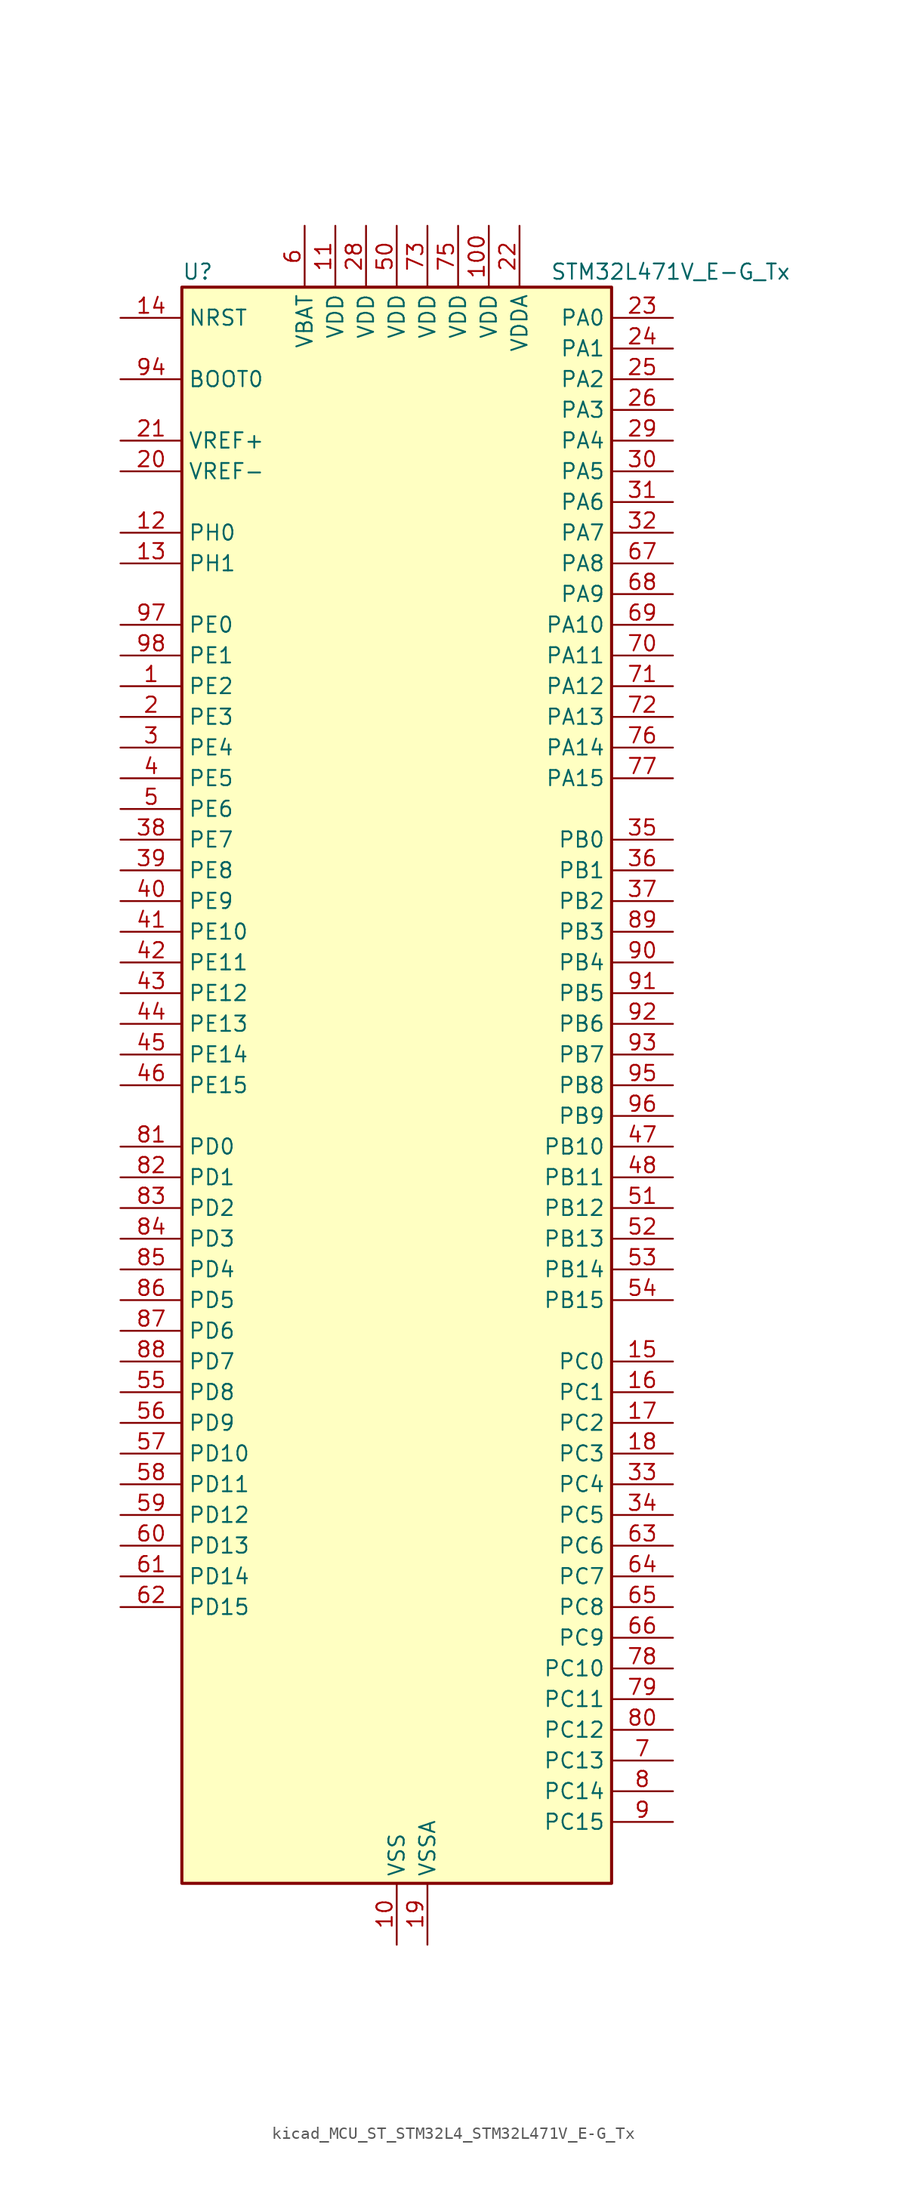
<source format=kicad_sym>
(kicad_symbol_lib
  (version 20220914)
  (generator kicad_symbol_editor)
  (symbol "kicad_MCU_ST_STM32L4_STM32L471V_E-G_Tx"
    (property "Reference" "U"
      (at -17.78 67.31 0)
      (effects (font (size 1.27 1.27)) (justify left)))
    (property "Value" "STM32L471V_E-G_Tx"
      (at 12.7 67.31 0)
      (effects (font (size 1.27 1.27)) (justify left)))
    (property "ki_locked" ""
      (at 0 0 0)
      (effects (font (size 1.27 1.27))))
    (symbol "kicad_MCU_ST_STM32L4_STM32L471V_E-G_Tx_0_1"
      (rectangle (start -17.78 -66.04) (end 17.78 66.04) (stroke (width 0.254) (type default)) (fill (type background))))
    (symbol "kicad_MCU_ST_STM32L4_STM32L471V_E-G_Tx_1_1"
      (pin bidirectional line (at -22.86 33.02 0) (length 5.08) (name "PE2" (effects (font (size 1.27 1.27)))) (number "1" (effects (font (size 1.27 1.27)))) (alternate "FMC_A23" bidirectional line) (alternate "SAI1_MCLK_A" bidirectional line) (alternate "SYS_TRACECLK" bidirectional line) (alternate "TIM3_ETR" bidirectional line) (alternate "TSC_G7_IO1" bidirectional line))
      (pin power_in line (at 0 -71.12 90) (length 5.08) (name "VSS" (effects (font (size 1.27 1.27)))) (number "10" (effects (font (size 1.27 1.27)))))
      (pin power_in line (at 7.62 71.12 270) (length 5.08) (name "VDD" (effects (font (size 1.27 1.27)))) (number "100" (effects (font (size 1.27 1.27)))))
      (pin power_in line (at -5.08 71.12 270) (length 5.08) (name "VDD" (effects (font (size 1.27 1.27)))) (number "11" (effects (font (size 1.27 1.27)))))
      (pin bidirectional line (at -22.86 45.72 0) (length 5.08) (name "PH0" (effects (font (size 1.27 1.27)))) (number "12" (effects (font (size 1.27 1.27)))) (alternate "RCC_OSC_IN" bidirectional line))
      (pin bidirectional line (at -22.86 43.18 0) (length 5.08) (name "PH1" (effects (font (size 1.27 1.27)))) (number "13" (effects (font (size 1.27 1.27)))) (alternate "RCC_OSC_OUT" bidirectional line))
      (pin input line (at -22.86 63.5 0) (length 5.08) (name "NRST" (effects (font (size 1.27 1.27)))) (number "14" (effects (font (size 1.27 1.27)))))
      (pin bidirectional line (at 22.86 -22.86 180) (length 5.08) (name "PC0" (effects (font (size 1.27 1.27)))) (number "15" (effects (font (size 1.27 1.27)))) (alternate "ADC1_IN1" bidirectional line) (alternate "ADC2_IN1" bidirectional line) (alternate "ADC3_IN1" bidirectional line) (alternate "DFSDM1_DATIN4" bidirectional line) (alternate "I2C3_SCL" bidirectional line) (alternate "LPTIM1_IN1" bidirectional line) (alternate "LPTIM2_IN1" bidirectional line) (alternate "LPUART1_RX" bidirectional line))
      (pin bidirectional line (at 22.86 -25.4 180) (length 5.08) (name "PC1" (effects (font (size 1.27 1.27)))) (number "16" (effects (font (size 1.27 1.27)))) (alternate "ADC1_IN2" bidirectional line) (alternate "ADC2_IN2" bidirectional line) (alternate "ADC3_IN2" bidirectional line) (alternate "DFSDM1_CKIN4" bidirectional line) (alternate "I2C3_SDA" bidirectional line) (alternate "LPTIM1_OUT" bidirectional line) (alternate "LPUART1_TX" bidirectional line))
      (pin bidirectional line (at 22.86 -27.94 180) (length 5.08) (name "PC2" (effects (font (size 1.27 1.27)))) (number "17" (effects (font (size 1.27 1.27)))) (alternate "ADC1_IN3" bidirectional line) (alternate "ADC2_IN3" bidirectional line) (alternate "ADC3_IN3" bidirectional line) (alternate "DFSDM1_CKOUT" bidirectional line) (alternate "LPTIM1_IN2" bidirectional line) (alternate "SPI2_MISO" bidirectional line))
      (pin bidirectional line (at 22.86 -30.48 180) (length 5.08) (name "PC3" (effects (font (size 1.27 1.27)))) (number "18" (effects (font (size 1.27 1.27)))) (alternate "ADC1_IN4" bidirectional line) (alternate "ADC2_IN4" bidirectional line) (alternate "ADC3_IN4" bidirectional line) (alternate "LPTIM1_ETR" bidirectional line) (alternate "LPTIM2_ETR" bidirectional line) (alternate "SAI1_SD_A" bidirectional line) (alternate "SPI2_MOSI" bidirectional line))
      (pin power_in line (at 2.54 -71.12 90) (length 5.08) (name "VSSA" (effects (font (size 1.27 1.27)))) (number "19" (effects (font (size 1.27 1.27)))))
      (pin bidirectional line (at -22.86 30.48 0) (length 5.08) (name "PE3" (effects (font (size 1.27 1.27)))) (number "2" (effects (font (size 1.27 1.27)))) (alternate "FMC_A19" bidirectional line) (alternate "SAI1_SD_B" bidirectional line) (alternate "SYS_TRACED0" bidirectional line) (alternate "TIM3_CH1" bidirectional line) (alternate "TSC_G7_IO2" bidirectional line))
      (pin input line (at -22.86 50.8 0) (length 5.08) (name "VREF-" (effects (font (size 1.27 1.27)))) (number "20" (effects (font (size 1.27 1.27)))))
      (pin input line (at -22.86 53.34 0) (length 5.08) (name "VREF+" (effects (font (size 1.27 1.27)))) (number "21" (effects (font (size 1.27 1.27)))) (alternate "VREFBUF_OUT" bidirectional line))
      (pin power_in line (at 10.16 71.12 270) (length 5.08) (name "VDDA" (effects (font (size 1.27 1.27)))) (number "22" (effects (font (size 1.27 1.27)))))
      (pin bidirectional line (at 22.86 63.5 180) (length 5.08) (name "PA0" (effects (font (size 1.27 1.27)))) (number "23" (effects (font (size 1.27 1.27)))) (alternate "ADC1_IN5" bidirectional line) (alternate "ADC2_IN5" bidirectional line) (alternate "OPAMP1_VINP" bidirectional line) (alternate "RTC_TAMP2" bidirectional line) (alternate "SAI1_EXTCLK" bidirectional line) (alternate "SYS_WKUP1" bidirectional line) (alternate "TIM2_CH1" bidirectional line) (alternate "TIM2_ETR" bidirectional line) (alternate "TIM5_CH1" bidirectional line) (alternate "TIM8_ETR" bidirectional line) (alternate "UART4_TX" bidirectional line) (alternate "USART2_CTS" bidirectional line))
      (pin bidirectional line (at 22.86 60.96 180) (length 5.08) (name "PA1" (effects (font (size 1.27 1.27)))) (number "24" (effects (font (size 1.27 1.27)))) (alternate "ADC1_IN6" bidirectional line) (alternate "ADC2_IN6" bidirectional line) (alternate "OPAMP1_VINM" bidirectional line) (alternate "TIM15_CH1N" bidirectional line) (alternate "TIM2_CH2" bidirectional line) (alternate "TIM5_CH2" bidirectional line) (alternate "UART4_RX" bidirectional line) (alternate "USART2_DE" bidirectional line) (alternate "USART2_RTS" bidirectional line))
      (pin bidirectional line (at 22.86 58.42 180) (length 5.08) (name "PA2" (effects (font (size 1.27 1.27)))) (number "25" (effects (font (size 1.27 1.27)))) (alternate "ADC1_IN7" bidirectional line) (alternate "ADC2_IN7" bidirectional line) (alternate "RCC_LSCO" bidirectional line) (alternate "SAI2_EXTCLK" bidirectional line) (alternate "SYS_WKUP4" bidirectional line) (alternate "TIM15_CH1" bidirectional line) (alternate "TIM2_CH3" bidirectional line) (alternate "TIM5_CH3" bidirectional line) (alternate "USART2_TX" bidirectional line))
      (pin bidirectional line (at 22.86 55.88 180) (length 5.08) (name "PA3" (effects (font (size 1.27 1.27)))) (number "26" (effects (font (size 1.27 1.27)))) (alternate "ADC1_IN8" bidirectional line) (alternate "ADC2_IN8" bidirectional line) (alternate "OPAMP1_VOUT" bidirectional line) (alternate "TIM15_CH2" bidirectional line) (alternate "TIM2_CH4" bidirectional line) (alternate "TIM5_CH4" bidirectional line) (alternate "USART2_RX" bidirectional line))
      (pin passive line (at 0 -71.12 90) (length 5.08) hide (name "VSS" (effects (font (size 1.27 1.27)))) (number "27" (effects (font (size 1.27 1.27)))))
      (pin power_in line (at -2.54 71.12 270) (length 5.08) (name "VDD" (effects (font (size 1.27 1.27)))) (number "28" (effects (font (size 1.27 1.27)))))
      (pin bidirectional line (at 22.86 53.34 180) (length 5.08) (name "PA4" (effects (font (size 1.27 1.27)))) (number "29" (effects (font (size 1.27 1.27)))) (alternate "ADC1_IN9" bidirectional line) (alternate "ADC2_IN9" bidirectional line) (alternate "DAC1_OUT1" bidirectional line) (alternate "LPTIM2_OUT" bidirectional line) (alternate "SAI1_FS_B" bidirectional line) (alternate "SPI1_NSS" bidirectional line) (alternate "SPI3_NSS" bidirectional line) (alternate "USART2_CK" bidirectional line))
      (pin bidirectional line (at -22.86 27.94 0) (length 5.08) (name "PE4" (effects (font (size 1.27 1.27)))) (number "3" (effects (font (size 1.27 1.27)))) (alternate "DFSDM1_DATIN3" bidirectional line) (alternate "FMC_A20" bidirectional line) (alternate "SAI1_FS_A" bidirectional line) (alternate "SYS_TRACED1" bidirectional line) (alternate "TIM3_CH2" bidirectional line) (alternate "TSC_G7_IO3" bidirectional line))
      (pin bidirectional line (at 22.86 50.8 180) (length 5.08) (name "PA5" (effects (font (size 1.27 1.27)))) (number "30" (effects (font (size 1.27 1.27)))) (alternate "ADC1_IN10" bidirectional line) (alternate "ADC2_IN10" bidirectional line) (alternate "DAC1_OUT2" bidirectional line) (alternate "LPTIM2_ETR" bidirectional line) (alternate "SPI1_SCK" bidirectional line) (alternate "TIM2_CH1" bidirectional line) (alternate "TIM2_ETR" bidirectional line) (alternate "TIM8_CH1N" bidirectional line))
      (pin bidirectional line (at 22.86 48.26 180) (length 5.08) (name "PA6" (effects (font (size 1.27 1.27)))) (number "31" (effects (font (size 1.27 1.27)))) (alternate "ADC1_IN11" bidirectional line) (alternate "ADC2_IN11" bidirectional line) (alternate "OPAMP2_VINP" bidirectional line) (alternate "QUADSPI_BK1_IO3" bidirectional line) (alternate "SPI1_MISO" bidirectional line) (alternate "TIM16_CH1" bidirectional line) (alternate "TIM1_BKIN" bidirectional line) (alternate "TIM1_BKIN_COMP2" bidirectional line) (alternate "TIM3_CH1" bidirectional line) (alternate "TIM8_BKIN" bidirectional line) (alternate "TIM8_BKIN_COMP2" bidirectional line) (alternate "USART3_CTS" bidirectional line))
      (pin bidirectional line (at 22.86 45.72 180) (length 5.08) (name "PA7" (effects (font (size 1.27 1.27)))) (number "32" (effects (font (size 1.27 1.27)))) (alternate "ADC1_IN12" bidirectional line) (alternate "ADC2_IN12" bidirectional line) (alternate "OPAMP2_VINM" bidirectional line) (alternate "QUADSPI_BK1_IO2" bidirectional line) (alternate "SPI1_MOSI" bidirectional line) (alternate "TIM17_CH1" bidirectional line) (alternate "TIM1_CH1N" bidirectional line) (alternate "TIM3_CH2" bidirectional line) (alternate "TIM8_CH1N" bidirectional line))
      (pin bidirectional line (at 22.86 -33.02 180) (length 5.08) (name "PC4" (effects (font (size 1.27 1.27)))) (number "33" (effects (font (size 1.27 1.27)))) (alternate "ADC1_IN13" bidirectional line) (alternate "ADC2_IN13" bidirectional line) (alternate "COMP1_INM" bidirectional line) (alternate "USART3_TX" bidirectional line))
      (pin bidirectional line (at 22.86 -35.56 180) (length 5.08) (name "PC5" (effects (font (size 1.27 1.27)))) (number "34" (effects (font (size 1.27 1.27)))) (alternate "ADC1_IN14" bidirectional line) (alternate "ADC2_IN14" bidirectional line) (alternate "COMP1_INP" bidirectional line) (alternate "SYS_WKUP5" bidirectional line) (alternate "USART3_RX" bidirectional line))
      (pin bidirectional line (at 22.86 20.32 180) (length 5.08) (name "PB0" (effects (font (size 1.27 1.27)))) (number "35" (effects (font (size 1.27 1.27)))) (alternate "ADC1_IN15" bidirectional line) (alternate "ADC2_IN15" bidirectional line) (alternate "COMP1_OUT" bidirectional line) (alternate "OPAMP2_VOUT" bidirectional line) (alternate "QUADSPI_BK1_IO1" bidirectional line) (alternate "TIM1_CH2N" bidirectional line) (alternate "TIM3_CH3" bidirectional line) (alternate "TIM8_CH2N" bidirectional line) (alternate "USART3_CK" bidirectional line))
      (pin bidirectional line (at 22.86 17.78 180) (length 5.08) (name "PB1" (effects (font (size 1.27 1.27)))) (number "36" (effects (font (size 1.27 1.27)))) (alternate "ADC1_IN16" bidirectional line) (alternate "ADC2_IN16" bidirectional line) (alternate "COMP1_INM" bidirectional line) (alternate "DFSDM1_DATIN0" bidirectional line) (alternate "LPTIM2_IN1" bidirectional line) (alternate "QUADSPI_BK1_IO0" bidirectional line) (alternate "TIM1_CH3N" bidirectional line) (alternate "TIM3_CH4" bidirectional line) (alternate "TIM8_CH3N" bidirectional line) (alternate "USART3_DE" bidirectional line) (alternate "USART3_RTS" bidirectional line))
      (pin bidirectional line (at 22.86 15.24 180) (length 5.08) (name "PB2" (effects (font (size 1.27 1.27)))) (number "37" (effects (font (size 1.27 1.27)))) (alternate "COMP1_INP" bidirectional line) (alternate "DFSDM1_CKIN0" bidirectional line) (alternate "I2C3_SMBA" bidirectional line) (alternate "LPTIM1_OUT" bidirectional line) (alternate "RTC_OUT_ALARM" bidirectional line) (alternate "RTC_OUT_CALIB" bidirectional line))
      (pin bidirectional line (at -22.86 20.32 0) (length 5.08) (name "PE7" (effects (font (size 1.27 1.27)))) (number "38" (effects (font (size 1.27 1.27)))) (alternate "DFSDM1_DATIN2" bidirectional line) (alternate "FMC_D4" bidirectional line) (alternate "FMC_DA4" bidirectional line) (alternate "SAI1_SD_B" bidirectional line) (alternate "TIM1_ETR" bidirectional line))
      (pin bidirectional line (at -22.86 17.78 0) (length 5.08) (name "PE8" (effects (font (size 1.27 1.27)))) (number "39" (effects (font (size 1.27 1.27)))) (alternate "DFSDM1_CKIN2" bidirectional line) (alternate "FMC_D5" bidirectional line) (alternate "FMC_DA5" bidirectional line) (alternate "SAI1_SCK_B" bidirectional line) (alternate "TIM1_CH1N" bidirectional line))
      (pin bidirectional line (at -22.86 25.4 0) (length 5.08) (name "PE5" (effects (font (size 1.27 1.27)))) (number "4" (effects (font (size 1.27 1.27)))) (alternate "DFSDM1_CKIN3" bidirectional line) (alternate "FMC_A21" bidirectional line) (alternate "SAI1_SCK_A" bidirectional line) (alternate "SYS_TRACED2" bidirectional line) (alternate "TIM3_CH3" bidirectional line) (alternate "TSC_G7_IO4" bidirectional line))
      (pin bidirectional line (at -22.86 15.24 0) (length 5.08) (name "PE9" (effects (font (size 1.27 1.27)))) (number "40" (effects (font (size 1.27 1.27)))) (alternate "DAC1_EXTI9" bidirectional line) (alternate "DFSDM1_CKOUT" bidirectional line) (alternate "FMC_D6" bidirectional line) (alternate "FMC_DA6" bidirectional line) (alternate "SAI1_FS_B" bidirectional line) (alternate "TIM1_CH1" bidirectional line))
      (pin bidirectional line (at -22.86 12.7 0) (length 5.08) (name "PE10" (effects (font (size 1.27 1.27)))) (number "41" (effects (font (size 1.27 1.27)))) (alternate "DFSDM1_DATIN4" bidirectional line) (alternate "FMC_D7" bidirectional line) (alternate "FMC_DA7" bidirectional line) (alternate "QUADSPI_CLK" bidirectional line) (alternate "SAI1_MCLK_B" bidirectional line) (alternate "TIM1_CH2N" bidirectional line) (alternate "TSC_G5_IO1" bidirectional line))
      (pin bidirectional line (at -22.86 10.16 0) (length 5.08) (name "PE11" (effects (font (size 1.27 1.27)))) (number "42" (effects (font (size 1.27 1.27)))) (alternate "ADC1_EXTI11" bidirectional line) (alternate "ADC2_EXTI11" bidirectional line) (alternate "ADC3_EXTI11" bidirectional line) (alternate "DFSDM1_CKIN4" bidirectional line) (alternate "FMC_D8" bidirectional line) (alternate "FMC_DA8" bidirectional line) (alternate "QUADSPI_NCS" bidirectional line) (alternate "TIM1_CH2" bidirectional line) (alternate "TSC_G5_IO2" bidirectional line))
      (pin bidirectional line (at -22.86 7.62 0) (length 5.08) (name "PE12" (effects (font (size 1.27 1.27)))) (number "43" (effects (font (size 1.27 1.27)))) (alternate "DFSDM1_DATIN5" bidirectional line) (alternate "FMC_D9" bidirectional line) (alternate "FMC_DA9" bidirectional line) (alternate "QUADSPI_BK1_IO0" bidirectional line) (alternate "SPI1_NSS" bidirectional line) (alternate "TIM1_CH3N" bidirectional line) (alternate "TSC_G5_IO3" bidirectional line))
      (pin bidirectional line (at -22.86 5.08 0) (length 5.08) (name "PE13" (effects (font (size 1.27 1.27)))) (number "44" (effects (font (size 1.27 1.27)))) (alternate "DFSDM1_CKIN5" bidirectional line) (alternate "FMC_D10" bidirectional line) (alternate "FMC_DA10" bidirectional line) (alternate "QUADSPI_BK1_IO1" bidirectional line) (alternate "SPI1_SCK" bidirectional line) (alternate "TIM1_CH3" bidirectional line) (alternate "TSC_G5_IO4" bidirectional line))
      (pin bidirectional line (at -22.86 2.54 0) (length 5.08) (name "PE14" (effects (font (size 1.27 1.27)))) (number "45" (effects (font (size 1.27 1.27)))) (alternate "FMC_D11" bidirectional line) (alternate "FMC_DA11" bidirectional line) (alternate "QUADSPI_BK1_IO2" bidirectional line) (alternate "SPI1_MISO" bidirectional line) (alternate "TIM1_BKIN2" bidirectional line) (alternate "TIM1_BKIN2_COMP2" bidirectional line) (alternate "TIM1_CH4" bidirectional line))
      (pin bidirectional line (at -22.86 0 0) (length 5.08) (name "PE15" (effects (font (size 1.27 1.27)))) (number "46" (effects (font (size 1.27 1.27)))) (alternate "ADC1_EXTI15" bidirectional line) (alternate "ADC2_EXTI15" bidirectional line) (alternate "ADC3_EXTI15" bidirectional line) (alternate "FMC_D12" bidirectional line) (alternate "FMC_DA12" bidirectional line) (alternate "QUADSPI_BK1_IO3" bidirectional line) (alternate "SPI1_MOSI" bidirectional line) (alternate "TIM1_BKIN" bidirectional line) (alternate "TIM1_BKIN_COMP1" bidirectional line))
      (pin bidirectional line (at 22.86 -5.08 180) (length 5.08) (name "PB10" (effects (font (size 1.27 1.27)))) (number "47" (effects (font (size 1.27 1.27)))) (alternate "COMP1_OUT" bidirectional line) (alternate "DFSDM1_DATIN7" bidirectional line) (alternate "I2C2_SCL" bidirectional line) (alternate "LPUART1_RX" bidirectional line) (alternate "QUADSPI_CLK" bidirectional line) (alternate "SAI1_SCK_A" bidirectional line) (alternate "SPI2_SCK" bidirectional line) (alternate "TIM2_CH3" bidirectional line) (alternate "USART3_TX" bidirectional line))
      (pin bidirectional line (at 22.86 -7.62 180) (length 5.08) (name "PB11" (effects (font (size 1.27 1.27)))) (number "48" (effects (font (size 1.27 1.27)))) (alternate "ADC1_EXTI11" bidirectional line) (alternate "ADC2_EXTI11" bidirectional line) (alternate "ADC3_EXTI11" bidirectional line) (alternate "COMP2_OUT" bidirectional line) (alternate "DFSDM1_CKIN7" bidirectional line) (alternate "I2C2_SDA" bidirectional line) (alternate "LPUART1_TX" bidirectional line) (alternate "QUADSPI_NCS" bidirectional line) (alternate "TIM2_CH4" bidirectional line) (alternate "USART3_RX" bidirectional line))
      (pin passive line (at 0 -71.12 90) (length 5.08) hide (name "VSS" (effects (font (size 1.27 1.27)))) (number "49" (effects (font (size 1.27 1.27)))))
      (pin bidirectional line (at -22.86 22.86 0) (length 5.08) (name "PE6" (effects (font (size 1.27 1.27)))) (number "5" (effects (font (size 1.27 1.27)))) (alternate "FMC_A22" bidirectional line) (alternate "RTC_TAMP3" bidirectional line) (alternate "SAI1_SD_A" bidirectional line) (alternate "SYS_TRACED3" bidirectional line) (alternate "SYS_WKUP3" bidirectional line) (alternate "TIM3_CH4" bidirectional line))
      (pin power_in line (at 0 71.12 270) (length 5.08) (name "VDD" (effects (font (size 1.27 1.27)))) (number "50" (effects (font (size 1.27 1.27)))))
      (pin bidirectional line (at 22.86 -10.16 180) (length 5.08) (name "PB12" (effects (font (size 1.27 1.27)))) (number "51" (effects (font (size 1.27 1.27)))) (alternate "DFSDM1_DATIN1" bidirectional line) (alternate "I2C2_SMBA" bidirectional line) (alternate "LPUART1_DE" bidirectional line) (alternate "LPUART1_RTS" bidirectional line) (alternate "SAI2_FS_A" bidirectional line) (alternate "SPI2_NSS" bidirectional line) (alternate "SWPMI1_IO" bidirectional line) (alternate "TIM15_BKIN" bidirectional line) (alternate "TIM1_BKIN" bidirectional line) (alternate "TIM1_BKIN_COMP2" bidirectional line) (alternate "TSC_G1_IO1" bidirectional line) (alternate "USART3_CK" bidirectional line))
      (pin bidirectional line (at 22.86 -12.7 180) (length 5.08) (name "PB13" (effects (font (size 1.27 1.27)))) (number "52" (effects (font (size 1.27 1.27)))) (alternate "DFSDM1_CKIN1" bidirectional line) (alternate "I2C2_SCL" bidirectional line) (alternate "LPUART1_CTS" bidirectional line) (alternate "SAI2_SCK_A" bidirectional line) (alternate "SPI2_SCK" bidirectional line) (alternate "SWPMI1_TX" bidirectional line) (alternate "TIM15_CH1N" bidirectional line) (alternate "TIM1_CH1N" bidirectional line) (alternate "TSC_G1_IO2" bidirectional line) (alternate "USART3_CTS" bidirectional line))
      (pin bidirectional line (at 22.86 -15.24 180) (length 5.08) (name "PB14" (effects (font (size 1.27 1.27)))) (number "53" (effects (font (size 1.27 1.27)))) (alternate "DFSDM1_DATIN2" bidirectional line) (alternate "I2C2_SDA" bidirectional line) (alternate "SAI2_MCLK_A" bidirectional line) (alternate "SPI2_MISO" bidirectional line) (alternate "SWPMI1_RX" bidirectional line) (alternate "TIM15_CH1" bidirectional line) (alternate "TIM1_CH2N" bidirectional line) (alternate "TIM8_CH2N" bidirectional line) (alternate "TSC_G1_IO3" bidirectional line) (alternate "USART3_DE" bidirectional line) (alternate "USART3_RTS" bidirectional line))
      (pin bidirectional line (at 22.86 -17.78 180) (length 5.08) (name "PB15" (effects (font (size 1.27 1.27)))) (number "54" (effects (font (size 1.27 1.27)))) (alternate "ADC1_EXTI15" bidirectional line) (alternate "ADC2_EXTI15" bidirectional line) (alternate "ADC3_EXTI15" bidirectional line) (alternate "DFSDM1_CKIN2" bidirectional line) (alternate "RTC_REFIN" bidirectional line) (alternate "SAI2_SD_A" bidirectional line) (alternate "SPI2_MOSI" bidirectional line) (alternate "SWPMI1_SUSPEND" bidirectional line) (alternate "TIM15_CH2" bidirectional line) (alternate "TIM1_CH3N" bidirectional line) (alternate "TIM8_CH3N" bidirectional line) (alternate "TSC_G1_IO4" bidirectional line))
      (pin bidirectional line (at -22.86 -25.4 0) (length 5.08) (name "PD8" (effects (font (size 1.27 1.27)))) (number "55" (effects (font (size 1.27 1.27)))) (alternate "FMC_D13" bidirectional line) (alternate "FMC_DA13" bidirectional line) (alternate "USART3_TX" bidirectional line))
      (pin bidirectional line (at -22.86 -27.94 0) (length 5.08) (name "PD9" (effects (font (size 1.27 1.27)))) (number "56" (effects (font (size 1.27 1.27)))) (alternate "DAC1_EXTI9" bidirectional line) (alternate "FMC_D14" bidirectional line) (alternate "FMC_DA14" bidirectional line) (alternate "SAI2_MCLK_A" bidirectional line) (alternate "USART3_RX" bidirectional line))
      (pin bidirectional line (at -22.86 -30.48 0) (length 5.08) (name "PD10" (effects (font (size 1.27 1.27)))) (number "57" (effects (font (size 1.27 1.27)))) (alternate "FMC_D15" bidirectional line) (alternate "FMC_DA15" bidirectional line) (alternate "SAI2_SCK_A" bidirectional line) (alternate "TSC_G6_IO1" bidirectional line) (alternate "USART3_CK" bidirectional line))
      (pin bidirectional line (at -22.86 -33.02 0) (length 5.08) (name "PD11" (effects (font (size 1.27 1.27)))) (number "58" (effects (font (size 1.27 1.27)))) (alternate "ADC1_EXTI11" bidirectional line) (alternate "ADC2_EXTI11" bidirectional line) (alternate "ADC3_EXTI11" bidirectional line) (alternate "FMC_A16" bidirectional line) (alternate "FMC_CLE" bidirectional line) (alternate "LPTIM2_ETR" bidirectional line) (alternate "SAI2_SD_A" bidirectional line) (alternate "TSC_G6_IO2" bidirectional line) (alternate "USART3_CTS" bidirectional line))
      (pin bidirectional line (at -22.86 -35.56 0) (length 5.08) (name "PD12" (effects (font (size 1.27 1.27)))) (number "59" (effects (font (size 1.27 1.27)))) (alternate "FMC_A17" bidirectional line) (alternate "FMC_ALE" bidirectional line) (alternate "LPTIM2_IN1" bidirectional line) (alternate "SAI2_FS_A" bidirectional line) (alternate "TIM4_CH1" bidirectional line) (alternate "TSC_G6_IO3" bidirectional line) (alternate "USART3_DE" bidirectional line) (alternate "USART3_RTS" bidirectional line))
      (pin power_in line (at -7.62 71.12 270) (length 5.08) (name "VBAT" (effects (font (size 1.27 1.27)))) (number "6" (effects (font (size 1.27 1.27)))))
      (pin bidirectional line (at -22.86 -38.1 0) (length 5.08) (name "PD13" (effects (font (size 1.27 1.27)))) (number "60" (effects (font (size 1.27 1.27)))) (alternate "FMC_A18" bidirectional line) (alternate "LPTIM2_OUT" bidirectional line) (alternate "TIM4_CH2" bidirectional line) (alternate "TSC_G6_IO4" bidirectional line))
      (pin bidirectional line (at -22.86 -40.64 0) (length 5.08) (name "PD14" (effects (font (size 1.27 1.27)))) (number "61" (effects (font (size 1.27 1.27)))) (alternate "FMC_D0" bidirectional line) (alternate "FMC_DA0" bidirectional line) (alternate "TIM4_CH3" bidirectional line))
      (pin bidirectional line (at -22.86 -43.18 0) (length 5.08) (name "PD15" (effects (font (size 1.27 1.27)))) (number "62" (effects (font (size 1.27 1.27)))) (alternate "ADC1_EXTI15" bidirectional line) (alternate "ADC2_EXTI15" bidirectional line) (alternate "ADC3_EXTI15" bidirectional line) (alternate "FMC_D1" bidirectional line) (alternate "FMC_DA1" bidirectional line) (alternate "TIM4_CH4" bidirectional line))
      (pin bidirectional line (at 22.86 -38.1 180) (length 5.08) (name "PC6" (effects (font (size 1.27 1.27)))) (number "63" (effects (font (size 1.27 1.27)))) (alternate "DFSDM1_CKIN3" bidirectional line) (alternate "SAI2_MCLK_A" bidirectional line) (alternate "SDMMC1_D6" bidirectional line) (alternate "TIM3_CH1" bidirectional line) (alternate "TIM8_CH1" bidirectional line) (alternate "TSC_G4_IO1" bidirectional line))
      (pin bidirectional line (at 22.86 -40.64 180) (length 5.08) (name "PC7" (effects (font (size 1.27 1.27)))) (number "64" (effects (font (size 1.27 1.27)))) (alternate "DFSDM1_DATIN3" bidirectional line) (alternate "SAI2_MCLK_B" bidirectional line) (alternate "SDMMC1_D7" bidirectional line) (alternate "TIM3_CH2" bidirectional line) (alternate "TIM8_CH2" bidirectional line) (alternate "TSC_G4_IO2" bidirectional line))
      (pin bidirectional line (at 22.86 -43.18 180) (length 5.08) (name "PC8" (effects (font (size 1.27 1.27)))) (number "65" (effects (font (size 1.27 1.27)))) (alternate "SDMMC1_D0" bidirectional line) (alternate "TIM3_CH3" bidirectional line) (alternate "TIM8_CH3" bidirectional line) (alternate "TSC_G4_IO3" bidirectional line))
      (pin bidirectional line (at 22.86 -45.72 180) (length 5.08) (name "PC9" (effects (font (size 1.27 1.27)))) (number "66" (effects (font (size 1.27 1.27)))) (alternate "DAC1_EXTI9" bidirectional line) (alternate "SAI2_EXTCLK" bidirectional line) (alternate "SDMMC1_D1" bidirectional line) (alternate "TIM3_CH4" bidirectional line) (alternate "TIM8_BKIN2" bidirectional line) (alternate "TIM8_BKIN2_COMP1" bidirectional line) (alternate "TIM8_CH4" bidirectional line) (alternate "TSC_G4_IO4" bidirectional line))
      (pin bidirectional line (at 22.86 43.18 180) (length 5.08) (name "PA8" (effects (font (size 1.27 1.27)))) (number "67" (effects (font (size 1.27 1.27)))) (alternate "LPTIM2_OUT" bidirectional line) (alternate "RCC_MCO" bidirectional line) (alternate "TIM1_CH1" bidirectional line) (alternate "USART1_CK" bidirectional line))
      (pin bidirectional line (at 22.86 40.64 180) (length 5.08) (name "PA9" (effects (font (size 1.27 1.27)))) (number "68" (effects (font (size 1.27 1.27)))) (alternate "DAC1_EXTI9" bidirectional line) (alternate "TIM15_BKIN" bidirectional line) (alternate "TIM1_CH2" bidirectional line) (alternate "USART1_TX" bidirectional line))
      (pin bidirectional line (at 22.86 38.1 180) (length 5.08) (name "PA10" (effects (font (size 1.27 1.27)))) (number "69" (effects (font (size 1.27 1.27)))) (alternate "TIM17_BKIN" bidirectional line) (alternate "TIM1_CH3" bidirectional line) (alternate "USART1_RX" bidirectional line))
      (pin bidirectional line (at 22.86 -55.88 180) (length 5.08) (name "PC13" (effects (font (size 1.27 1.27)))) (number "7" (effects (font (size 1.27 1.27)))) (alternate "RTC_OUT_ALARM" bidirectional line) (alternate "RTC_OUT_CALIB" bidirectional line) (alternate "RTC_TAMP1" bidirectional line) (alternate "RTC_TS" bidirectional line) (alternate "SYS_WKUP2" bidirectional line))
      (pin bidirectional line (at 22.86 35.56 180) (length 5.08) (name "PA11" (effects (font (size 1.27 1.27)))) (number "70" (effects (font (size 1.27 1.27)))) (alternate "ADC1_EXTI11" bidirectional line) (alternate "ADC2_EXTI11" bidirectional line) (alternate "ADC3_EXTI11" bidirectional line) (alternate "CAN1_RX" bidirectional line) (alternate "TIM1_BKIN2" bidirectional line) (alternate "TIM1_BKIN2_COMP1" bidirectional line) (alternate "TIM1_CH4" bidirectional line) (alternate "USART1_CTS" bidirectional line))
      (pin bidirectional line (at 22.86 33.02 180) (length 5.08) (name "PA12" (effects (font (size 1.27 1.27)))) (number "71" (effects (font (size 1.27 1.27)))) (alternate "CAN1_TX" bidirectional line) (alternate "TIM1_ETR" bidirectional line) (alternate "USART1_DE" bidirectional line) (alternate "USART1_RTS" bidirectional line))
      (pin bidirectional line (at 22.86 30.48 180) (length 5.08) (name "PA13" (effects (font (size 1.27 1.27)))) (number "72" (effects (font (size 1.27 1.27)))) (alternate "IR_OUT" bidirectional line) (alternate "SYS_JTMS-SWDIO" bidirectional line))
      (pin power_in line (at 2.54 71.12 270) (length 5.08) (name "VDD" (effects (font (size 1.27 1.27)))) (number "73" (effects (font (size 1.27 1.27)))))
      (pin passive line (at 0 -71.12 90) (length 5.08) hide (name "VSS" (effects (font (size 1.27 1.27)))) (number "74" (effects (font (size 1.27 1.27)))))
      (pin power_in line (at 5.08 71.12 270) (length 5.08) (name "VDD" (effects (font (size 1.27 1.27)))) (number "75" (effects (font (size 1.27 1.27)))))
      (pin bidirectional line (at 22.86 27.94 180) (length 5.08) (name "PA14" (effects (font (size 1.27 1.27)))) (number "76" (effects (font (size 1.27 1.27)))) (alternate "SYS_JTCK-SWCLK" bidirectional line))
      (pin bidirectional line (at 22.86 25.4 180) (length 5.08) (name "PA15" (effects (font (size 1.27 1.27)))) (number "77" (effects (font (size 1.27 1.27)))) (alternate "ADC1_EXTI15" bidirectional line) (alternate "ADC2_EXTI15" bidirectional line) (alternate "ADC3_EXTI15" bidirectional line) (alternate "SAI2_FS_B" bidirectional line) (alternate "SPI1_NSS" bidirectional line) (alternate "SPI3_NSS" bidirectional line) (alternate "SYS_JTDI" bidirectional line) (alternate "TIM2_CH1" bidirectional line) (alternate "TIM2_ETR" bidirectional line) (alternate "TSC_G3_IO1" bidirectional line) (alternate "UART4_DE" bidirectional line) (alternate "UART4_RTS" bidirectional line))
      (pin bidirectional line (at 22.86 -48.26 180) (length 5.08) (name "PC10" (effects (font (size 1.27 1.27)))) (number "78" (effects (font (size 1.27 1.27)))) (alternate "SAI2_SCK_B" bidirectional line) (alternate "SDMMC1_D2" bidirectional line) (alternate "SPI3_SCK" bidirectional line) (alternate "TSC_G3_IO2" bidirectional line) (alternate "UART4_TX" bidirectional line) (alternate "USART3_TX" bidirectional line))
      (pin bidirectional line (at 22.86 -50.8 180) (length 5.08) (name "PC11" (effects (font (size 1.27 1.27)))) (number "79" (effects (font (size 1.27 1.27)))) (alternate "ADC1_EXTI11" bidirectional line) (alternate "ADC2_EXTI11" bidirectional line) (alternate "ADC3_EXTI11" bidirectional line) (alternate "SAI2_MCLK_B" bidirectional line) (alternate "SDMMC1_D3" bidirectional line) (alternate "SPI3_MISO" bidirectional line) (alternate "TSC_G3_IO3" bidirectional line) (alternate "UART4_RX" bidirectional line) (alternate "USART3_RX" bidirectional line))
      (pin bidirectional line (at 22.86 -58.42 180) (length 5.08) (name "PC14" (effects (font (size 1.27 1.27)))) (number "8" (effects (font (size 1.27 1.27)))) (alternate "RCC_OSC32_IN" bidirectional line))
      (pin bidirectional line (at 22.86 -53.34 180) (length 5.08) (name "PC12" (effects (font (size 1.27 1.27)))) (number "80" (effects (font (size 1.27 1.27)))) (alternate "SAI2_SD_B" bidirectional line) (alternate "SDMMC1_CK" bidirectional line) (alternate "SPI3_MOSI" bidirectional line) (alternate "TSC_G3_IO4" bidirectional line) (alternate "UART5_TX" bidirectional line) (alternate "USART3_CK" bidirectional line))
      (pin bidirectional line (at -22.86 -5.08 0) (length 5.08) (name "PD0" (effects (font (size 1.27 1.27)))) (number "81" (effects (font (size 1.27 1.27)))) (alternate "CAN1_RX" bidirectional line) (alternate "DFSDM1_DATIN7" bidirectional line) (alternate "FMC_D2" bidirectional line) (alternate "FMC_DA2" bidirectional line) (alternate "SPI2_NSS" bidirectional line))
      (pin bidirectional line (at -22.86 -7.62 0) (length 5.08) (name "PD1" (effects (font (size 1.27 1.27)))) (number "82" (effects (font (size 1.27 1.27)))) (alternate "CAN1_TX" bidirectional line) (alternate "DFSDM1_CKIN7" bidirectional line) (alternate "FMC_D3" bidirectional line) (alternate "FMC_DA3" bidirectional line) (alternate "SPI2_SCK" bidirectional line))
      (pin bidirectional line (at -22.86 -10.16 0) (length 5.08) (name "PD2" (effects (font (size 1.27 1.27)))) (number "83" (effects (font (size 1.27 1.27)))) (alternate "SDMMC1_CMD" bidirectional line) (alternate "TIM3_ETR" bidirectional line) (alternate "TSC_SYNC" bidirectional line) (alternate "UART5_RX" bidirectional line) (alternate "USART3_DE" bidirectional line) (alternate "USART3_RTS" bidirectional line))
      (pin bidirectional line (at -22.86 -12.7 0) (length 5.08) (name "PD3" (effects (font (size 1.27 1.27)))) (number "84" (effects (font (size 1.27 1.27)))) (alternate "DFSDM1_DATIN0" bidirectional line) (alternate "FMC_CLK" bidirectional line) (alternate "SPI2_MISO" bidirectional line) (alternate "USART2_CTS" bidirectional line))
      (pin bidirectional line (at -22.86 -15.24 0) (length 5.08) (name "PD4" (effects (font (size 1.27 1.27)))) (number "85" (effects (font (size 1.27 1.27)))) (alternate "DFSDM1_CKIN0" bidirectional line) (alternate "FMC_NOE" bidirectional line) (alternate "SPI2_MOSI" bidirectional line) (alternate "USART2_DE" bidirectional line) (alternate "USART2_RTS" bidirectional line))
      (pin bidirectional line (at -22.86 -17.78 0) (length 5.08) (name "PD5" (effects (font (size 1.27 1.27)))) (number "86" (effects (font (size 1.27 1.27)))) (alternate "FMC_NWE" bidirectional line) (alternate "USART2_TX" bidirectional line))
      (pin bidirectional line (at -22.86 -20.32 0) (length 5.08) (name "PD6" (effects (font (size 1.27 1.27)))) (number "87" (effects (font (size 1.27 1.27)))) (alternate "DFSDM1_DATIN1" bidirectional line) (alternate "FMC_NWAIT" bidirectional line) (alternate "SAI1_SD_A" bidirectional line) (alternate "USART2_RX" bidirectional line))
      (pin bidirectional line (at -22.86 -22.86 0) (length 5.08) (name "PD7" (effects (font (size 1.27 1.27)))) (number "88" (effects (font (size 1.27 1.27)))) (alternate "DFSDM1_CKIN1" bidirectional line) (alternate "FMC_NE1" bidirectional line) (alternate "USART2_CK" bidirectional line))
      (pin bidirectional line (at 22.86 12.7 180) (length 5.08) (name "PB3" (effects (font (size 1.27 1.27)))) (number "89" (effects (font (size 1.27 1.27)))) (alternate "COMP2_INM" bidirectional line) (alternate "SAI1_SCK_B" bidirectional line) (alternate "SPI1_SCK" bidirectional line) (alternate "SPI3_SCK" bidirectional line) (alternate "SYS_JTDO-SWO" bidirectional line) (alternate "TIM2_CH2" bidirectional line) (alternate "USART1_DE" bidirectional line) (alternate "USART1_RTS" bidirectional line))
      (pin bidirectional line (at 22.86 -60.96 180) (length 5.08) (name "PC15" (effects (font (size 1.27 1.27)))) (number "9" (effects (font (size 1.27 1.27)))) (alternate "ADC1_EXTI15" bidirectional line) (alternate "ADC2_EXTI15" bidirectional line) (alternate "ADC3_EXTI15" bidirectional line) (alternate "RCC_OSC32_OUT" bidirectional line))
      (pin bidirectional line (at 22.86 10.16 180) (length 5.08) (name "PB4" (effects (font (size 1.27 1.27)))) (number "90" (effects (font (size 1.27 1.27)))) (alternate "COMP2_INP" bidirectional line) (alternate "SAI1_MCLK_B" bidirectional line) (alternate "SPI1_MISO" bidirectional line) (alternate "SPI3_MISO" bidirectional line) (alternate "SYS_JTRST" bidirectional line) (alternate "TIM17_BKIN" bidirectional line) (alternate "TIM3_CH1" bidirectional line) (alternate "TSC_G2_IO1" bidirectional line) (alternate "UART5_DE" bidirectional line) (alternate "UART5_RTS" bidirectional line) (alternate "USART1_CTS" bidirectional line))
      (pin bidirectional line (at 22.86 7.62 180) (length 5.08) (name "PB5" (effects (font (size 1.27 1.27)))) (number "91" (effects (font (size 1.27 1.27)))) (alternate "COMP2_OUT" bidirectional line) (alternate "I2C1_SMBA" bidirectional line) (alternate "LPTIM1_IN1" bidirectional line) (alternate "SAI1_SD_B" bidirectional line) (alternate "SPI1_MOSI" bidirectional line) (alternate "SPI3_MOSI" bidirectional line) (alternate "TIM16_BKIN" bidirectional line) (alternate "TIM3_CH2" bidirectional line) (alternate "TSC_G2_IO2" bidirectional line) (alternate "UART5_CTS" bidirectional line) (alternate "USART1_CK" bidirectional line))
      (pin bidirectional line (at 22.86 5.08 180) (length 5.08) (name "PB6" (effects (font (size 1.27 1.27)))) (number "92" (effects (font (size 1.27 1.27)))) (alternate "COMP2_INP" bidirectional line) (alternate "DFSDM1_DATIN5" bidirectional line) (alternate "I2C1_SCL" bidirectional line) (alternate "LPTIM1_ETR" bidirectional line) (alternate "SAI1_FS_B" bidirectional line) (alternate "TIM16_CH1N" bidirectional line) (alternate "TIM4_CH1" bidirectional line) (alternate "TIM8_BKIN2" bidirectional line) (alternate "TIM8_BKIN2_COMP2" bidirectional line) (alternate "TSC_G2_IO3" bidirectional line) (alternate "USART1_TX" bidirectional line))
      (pin bidirectional line (at 22.86 2.54 180) (length 5.08) (name "PB7" (effects (font (size 1.27 1.27)))) (number "93" (effects (font (size 1.27 1.27)))) (alternate "COMP2_INM" bidirectional line) (alternate "DFSDM1_CKIN5" bidirectional line) (alternate "FMC_NL" bidirectional line) (alternate "I2C1_SDA" bidirectional line) (alternate "LPTIM1_IN2" bidirectional line) (alternate "SYS_PVD_IN" bidirectional line) (alternate "TIM17_CH1N" bidirectional line) (alternate "TIM4_CH2" bidirectional line) (alternate "TIM8_BKIN" bidirectional line) (alternate "TIM8_BKIN_COMP1" bidirectional line) (alternate "TSC_G2_IO4" bidirectional line) (alternate "UART4_CTS" bidirectional line) (alternate "USART1_RX" bidirectional line))
      (pin input line (at -22.86 58.42 0) (length 5.08) (name "BOOT0" (effects (font (size 1.27 1.27)))) (number "94" (effects (font (size 1.27 1.27)))))
      (pin bidirectional line (at 22.86 0 180) (length 5.08) (name "PB8" (effects (font (size 1.27 1.27)))) (number "95" (effects (font (size 1.27 1.27)))) (alternate "CAN1_RX" bidirectional line) (alternate "DFSDM1_DATIN6" bidirectional line) (alternate "I2C1_SCL" bidirectional line) (alternate "SAI1_MCLK_A" bidirectional line) (alternate "SDMMC1_D4" bidirectional line) (alternate "TIM16_CH1" bidirectional line) (alternate "TIM4_CH3" bidirectional line))
      (pin bidirectional line (at 22.86 -2.54 180) (length 5.08) (name "PB9" (effects (font (size 1.27 1.27)))) (number "96" (effects (font (size 1.27 1.27)))) (alternate "CAN1_TX" bidirectional line) (alternate "DAC1_EXTI9" bidirectional line) (alternate "DFSDM1_CKIN6" bidirectional line) (alternate "I2C1_SDA" bidirectional line) (alternate "IR_OUT" bidirectional line) (alternate "SAI1_FS_A" bidirectional line) (alternate "SDMMC1_D5" bidirectional line) (alternate "SPI2_NSS" bidirectional line) (alternate "TIM17_CH1" bidirectional line) (alternate "TIM4_CH4" bidirectional line))
      (pin bidirectional line (at -22.86 38.1 0) (length 5.08) (name "PE0" (effects (font (size 1.27 1.27)))) (number "97" (effects (font (size 1.27 1.27)))) (alternate "FMC_NBL0" bidirectional line) (alternate "TIM16_CH1" bidirectional line) (alternate "TIM4_ETR" bidirectional line))
      (pin bidirectional line (at -22.86 35.56 0) (length 5.08) (name "PE1" (effects (font (size 1.27 1.27)))) (number "98" (effects (font (size 1.27 1.27)))) (alternate "FMC_NBL1" bidirectional line) (alternate "TIM17_CH1" bidirectional line))
      (pin passive line (at 0 -71.12 90) (length 5.08) hide (name "VSS" (effects (font (size 1.27 1.27)))) (number "99" (effects (font (size 1.27 1.27))))))))
</source>
